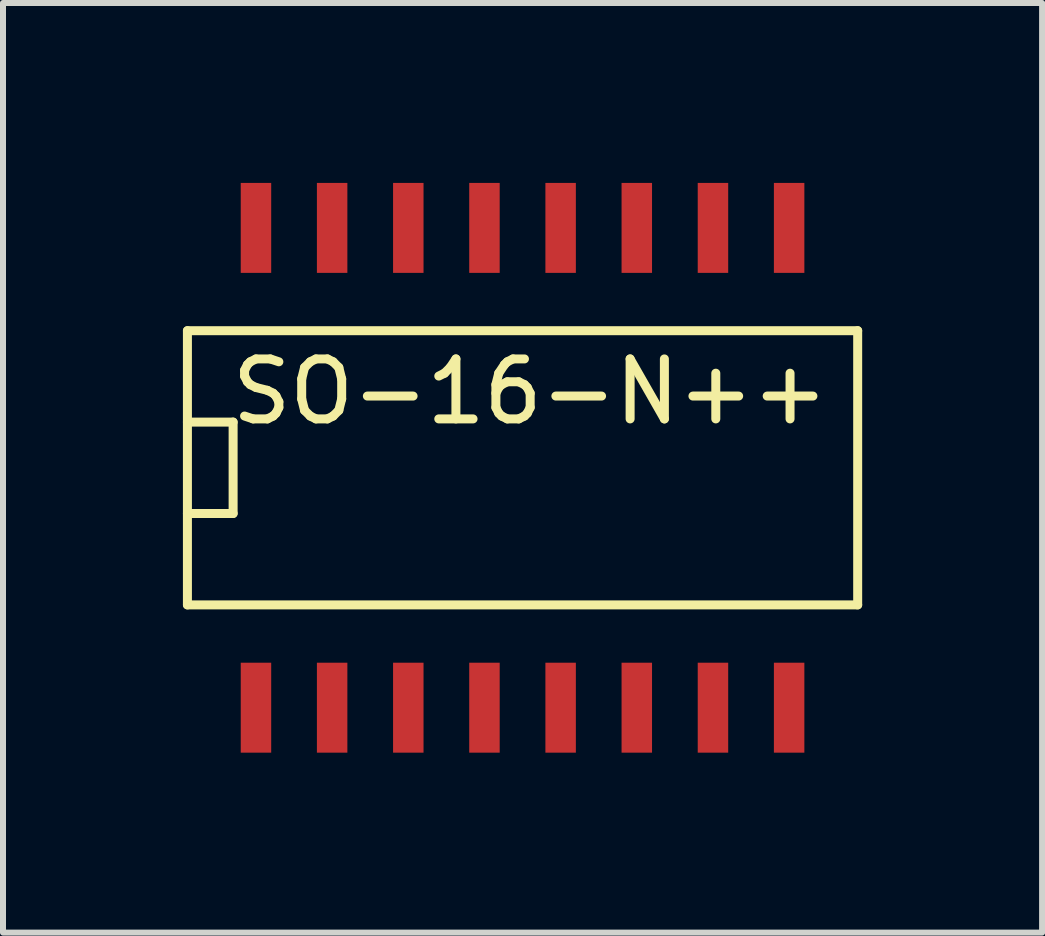
<source format=kicad_pcb>
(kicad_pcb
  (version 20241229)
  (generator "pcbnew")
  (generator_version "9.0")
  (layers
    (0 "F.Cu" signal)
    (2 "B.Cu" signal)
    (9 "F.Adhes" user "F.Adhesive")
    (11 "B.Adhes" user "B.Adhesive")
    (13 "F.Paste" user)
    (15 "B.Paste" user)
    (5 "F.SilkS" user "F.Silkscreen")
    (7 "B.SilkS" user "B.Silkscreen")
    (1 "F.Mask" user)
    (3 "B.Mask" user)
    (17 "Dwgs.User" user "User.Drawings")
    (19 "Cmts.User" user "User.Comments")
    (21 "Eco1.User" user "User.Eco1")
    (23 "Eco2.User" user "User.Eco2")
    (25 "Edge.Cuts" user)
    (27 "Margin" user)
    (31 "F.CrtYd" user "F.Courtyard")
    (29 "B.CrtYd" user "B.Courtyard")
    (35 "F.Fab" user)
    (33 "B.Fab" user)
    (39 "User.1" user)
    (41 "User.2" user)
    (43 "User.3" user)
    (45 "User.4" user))
  (footprint "SO-16-N++"
    (layer "F.Cu")
    (at 5.663 4.75)
    (property "Reference" "SO-16-N++" (at 0.127 -1.27 0) (layer "F.SilkS") (effects (font (size 1 1) (thickness 0.15))))
    (attr smd)
    (fp_line (start -5.588 -2.286) (end 5.588 -2.286) (stroke (width 0.15) (type solid)) (layer "F.SilkS"))
    (fp_line (start -5.588 -0.762) (end -4.826 -0.762) (stroke (width 0.15) (type solid)) (layer "F.SilkS"))
    (fp_line (start -5.588 2.286) (end -5.588 -2.286) (stroke (width 0.15) (type solid)) (layer "F.SilkS"))
    (fp_line (start -4.826 -0.762) (end -4.826 0.762) (stroke (width 0.15) (type solid)) (layer "F.SilkS"))
    (fp_line (start -4.826 0.762) (end -5.588 0.762) (stroke (width 0.15) (type solid)) (layer "F.SilkS"))
    (fp_line (start 5.588 -2.286) (end 5.588 2.286) (stroke (width 0.15) (type solid)) (layer "F.SilkS"))
    (fp_line (start 5.588 2.286) (end -5.588 2.286) (stroke (width 0.15) (type solid)) (layer "F.SilkS"))
    (pad "1" smd rect (at -4.445 4) (size 0.508 1.5) (layers "F.Cu" "F.Mask" "F.Paste"))
    (pad "2" smd rect (at -3.175 4) (size 0.508 1.5) (layers "F.Cu" "F.Mask" "F.Paste"))
    (pad "3" smd rect (at -1.905 4) (size 0.508 1.5) (layers "F.Cu" "F.Mask" "F.Paste"))
    (pad "4" smd rect (at -0.635 4) (size 0.508 1.5) (layers "F.Cu" "F.Mask" "F.Paste"))
    (pad "5" smd rect (at 0.635 4) (size 0.508 1.5) (layers "F.Cu" "F.Mask" "F.Paste"))
    (pad "6" smd rect (at 1.905 4) (size 0.508 1.5) (layers "F.Cu" "F.Mask" "F.Paste"))
    (pad "7" smd rect (at 3.175 4) (size 0.508 1.5) (layers "F.Cu" "F.Mask" "F.Paste"))
    (pad "8" smd rect (at 4.445 4) (size 0.508 1.5) (layers "F.Cu" "F.Mask" "F.Paste"))
    (pad "9" smd rect (at 4.445 -4) (size 0.508 1.5) (layers "F.Cu" "F.Mask" "F.Paste"))
    (pad "10" smd rect (at 3.175 -4) (size 0.508 1.5) (layers "F.Cu" "F.Mask" "F.Paste"))
    (pad "11" smd rect (at 1.905 -4) (size 0.508 1.5) (layers "F.Cu" "F.Mask" "F.Paste"))
    (pad "12" smd rect (at 0.635 -4) (size 0.508 1.5) (layers "F.Cu" "F.Mask" "F.Paste"))
    (pad "13" smd rect (at -0.635 -4) (size 0.508 1.5) (layers "F.Cu" "F.Mask" "F.Paste"))
    (pad "14" smd rect (at -1.905 -4) (size 0.508 1.5) (layers "F.Cu" "F.Mask" "F.Paste"))
    (pad "15" smd rect (at -3.175 -4) (size 0.508 1.5) (layers "F.Cu" "F.Mask" "F.Paste"))
    (pad "16" smd rect (at -4.445 -4) (size 0.508 1.5) (layers "F.Cu" "F.Mask" "F.Paste")))
  (gr_rect
    (start -3 -3)
    (end 14.326 12.5)
    (stroke (width 0.1) (type default))
    (fill no)
    (layer "Edge.Cuts")))
</source>
